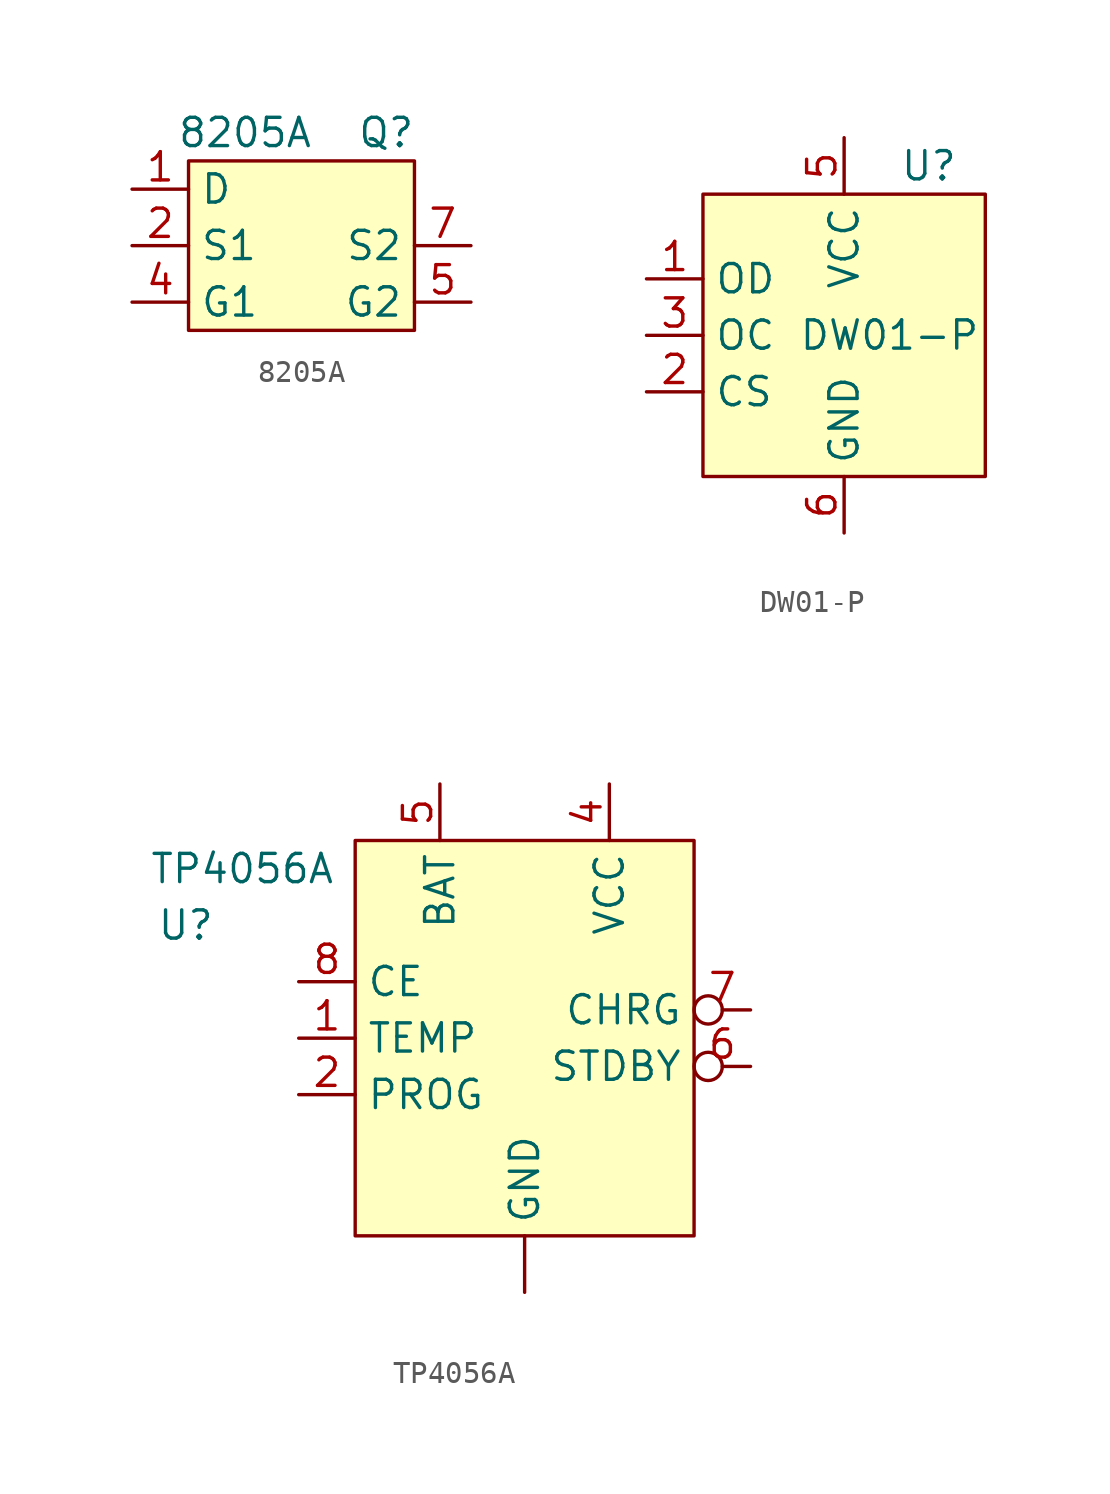
<source format=kicad_sym>
(kicad_symbol_lib
  (version 20211014)
  (generator kicad_symbol_editor)
  (symbol "8205A"
    (property "Reference" "Q"
      (at 3.81 5.08 0)
      (effects (font (size 1.27 1.27))))
    (property "Value" "8205A"
      (at -2.54 5.08 0)
      (effects (font (size 1.27 1.27))))
    (symbol "8205A_0_1"
      (rectangle (start -5.08 3.81) (end 5.08 -3.81) (stroke (width 0) (type default) (color 0 0 0 0)) (fill (type background))))
    (symbol "8205A_1_1"
      (pin power_in line (at -7.62 2.54 0) (length 2.54) (name "D" (effects (font (size 1.27 1.27)))) (number "1" (effects (font (size 1.27 1.27)))))
      (pin power_out line (at -7.62 0 0) (length 2.54) (name "S1" (effects (font (size 1.27 1.27)))) (number "2" (effects (font (size 1.27 1.27)))))
      (pin passive line (at -7.62 0 0) (length 2.54) hide (name "S1" (effects (font (size 1.27 1.27)))) (number "3" (effects (font (size 1.27 1.27)))))
      (pin input line (at -7.62 -2.54 0) (length 2.54) (name "G1" (effects (font (size 1.27 1.27)))) (number "4" (effects (font (size 1.27 1.27)))))
      (pin input line (at 7.62 -2.54 180) (length 2.54) (name "G2" (effects (font (size 1.27 1.27)))) (number "5" (effects (font (size 1.27 1.27)))))
      (pin passive line (at 7.62 0 180) (length 2.54) hide (name "S2" (effects (font (size 1.27 1.27)))) (number "6" (effects (font (size 1.27 1.27)))))
      (pin power_out line (at 7.62 0 180) (length 2.54) (name "S2" (effects (font (size 1.27 1.27)))) (number "7" (effects (font (size 1.27 1.27)))))
      (pin passive line (at -7.62 2.54 0) (length 2.54) hide (name "D" (effects (font (size 1.27 1.27)))) (number "8" (effects (font (size 1.27 1.27)))))))
  (symbol "DW01-P"
    (property "Reference" "U"
      (at 3.81 7.62 0)
      (effects (font (size 1.27 1.27))))
    (property "Value" "DW01-P"
      (at 2.041 0.006 0)
      (effects (font (size 1.27 1.27))))
    (symbol "DW01-P_0_1"
      (rectangle (start -6.35 6.35) (end 6.35 -6.35) (stroke (width 0.152) (type default) (color 0 0 0 0)) (fill (type background))))
    (symbol "DW01-P_1_1"
      (pin output line (at -8.89 2.54 0) (length 2.54) (name "OD" (effects (font (size 1.27 1.27)))) (number "1" (effects (font (size 1.27 1.27)))))
      (pin input line (at -8.89 -2.54 0) (length 2.54) (name "CS" (effects (font (size 1.27 1.27)))) (number "2" (effects (font (size 1.27 1.27)))))
      (pin output line (at -8.89 0 0) (length 2.54) (name "OC" (effects (font (size 1.27 1.27)))) (number "3" (effects (font (size 1.27 1.27)))))
      (pin power_in line (at 0 8.89 270) (length 2.54) (name "VCC" (effects (font (size 1.27 1.27)))) (number "5" (effects (font (size 1.27 1.27)))))
      (pin power_in line (at 0 -8.89 90) (length 2.54) (name "GND" (effects (font (size 1.27 1.27)))) (number "6" (effects (font (size 1.27 1.27)))))))
  (symbol "TP4056A"
    (property "Reference" "U"
      (at -15.24 2.54 0)
      (effects (font (size 1.27 1.27))))
    (property "Value" "TP4056A"
      (at -12.7 5.08 0)
      (effects (font (size 1.27 1.27))))
    (symbol "TP4056A_0_1"
      (rectangle (start -7.62 6.35) (end 7.62 -11.43) (stroke (width 0) (type default) (color 0 0 0 0)) (fill (type background))))
    (symbol "TP4056A_1_1"
      (pin power_in line (at 0 -13.97 90) (length 2.54) (name "GND" (effects (font (size 1.27 1.27)))) (number "" (effects (font (size 1.27 1.27)))))
      (pin input line (at -10.16 -2.54 0) (length 2.54) (name "TEMP" (effects (font (size 1.27 1.27)))) (number "1" (effects (font (size 1.27 1.27)))))
      (pin input line (at -10.16 -5.08 0) (length 2.54) (name "PROG" (effects (font (size 1.27 1.27)))) (number "2" (effects (font (size 1.27 1.27)))))
      (pin power_in line (at 3.81 8.89 270) (length 2.54) (name "VCC" (effects (font (size 1.27 1.27)))) (number "4" (effects (font (size 1.27 1.27)))))
      (pin power_out line (at -3.81 8.89 270) (length 2.54) (name "BAT" (effects (font (size 1.27 1.27)))) (number "5" (effects (font (size 1.27 1.27)))))
      (pin input inverted (at 10.16 -3.81 180) (length 2.54) (name "STDBY" (effects (font (size 1.27 1.27)))) (number "6" (effects (font (size 1.27 1.27)))))
      (pin input inverted (at 10.16 -1.27 180) (length 2.54) (name "CHRG" (effects (font (size 1.27 1.27)))) (number "7" (effects (font (size 1.27 1.27)))))
      (pin input line (at -10.16 0 0) (length 2.54) (name "CE" (effects (font (size 1.27 1.27)))) (number "8" (effects (font (size 1.27 1.27))))))))
</source>
